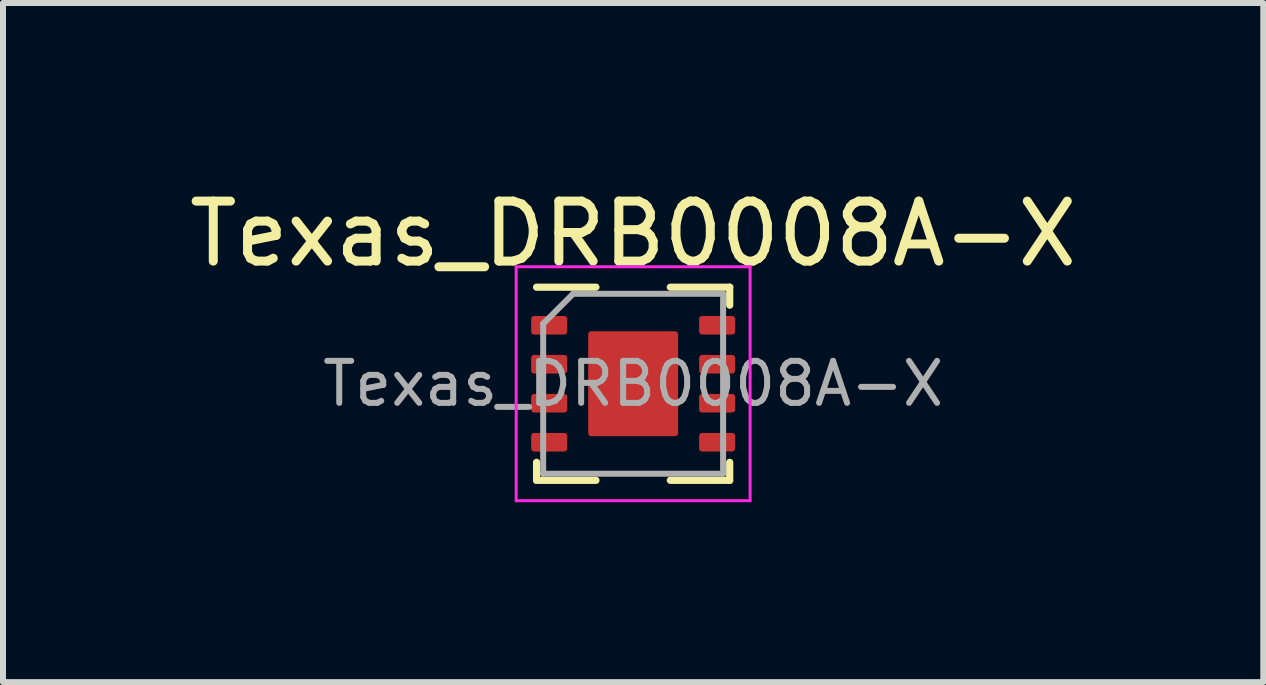
<source format=kicad_pcb>
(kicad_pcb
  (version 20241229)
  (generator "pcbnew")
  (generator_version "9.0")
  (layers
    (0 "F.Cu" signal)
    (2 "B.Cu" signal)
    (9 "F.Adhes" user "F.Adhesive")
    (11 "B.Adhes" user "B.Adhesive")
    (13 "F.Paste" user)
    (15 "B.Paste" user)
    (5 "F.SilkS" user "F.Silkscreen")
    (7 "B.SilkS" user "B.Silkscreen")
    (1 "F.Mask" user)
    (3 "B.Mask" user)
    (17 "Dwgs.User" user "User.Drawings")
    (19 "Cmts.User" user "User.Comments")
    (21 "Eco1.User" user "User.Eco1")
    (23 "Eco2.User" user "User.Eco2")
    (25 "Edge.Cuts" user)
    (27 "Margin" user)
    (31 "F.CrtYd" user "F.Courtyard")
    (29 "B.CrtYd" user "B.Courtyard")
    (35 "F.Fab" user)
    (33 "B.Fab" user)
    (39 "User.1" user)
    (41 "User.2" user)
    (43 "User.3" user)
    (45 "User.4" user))
  (footprint "Texas_DRB0008A-X"
    (layer "F.Cu")
    (at 7.506 3.348)
    (property "Reference" "Texas_DRB0008A-X" (at 0 -2.5 0) (layer "F.SilkS") (effects (font (size 1 1) (thickness 0.15))))
    (attr smd)
    (fp_line (start -1.61 -1.61) (end -0.62 -1.61) (stroke (width 0.12) (type solid)) (layer "F.SilkS"))
    (fp_line (start -1.61 1.61) (end -1.61 1.31) (stroke (width 0.12) (type solid)) (layer "F.SilkS"))
    (fp_line (start -1.61 1.61) (end -0.62 1.61) (stroke (width 0.12) (type solid)) (layer "F.SilkS"))
    (fp_line (start 0.62 -1.61) (end 1.61 -1.61) (stroke (width 0.12) (type solid)) (layer "F.SilkS"))
    (fp_line (start 0.62 1.61) (end 1.61 1.61) (stroke (width 0.12) (type solid)) (layer "F.SilkS"))
    (fp_line (start 1.61 -1.61) (end 1.61 -1.31) (stroke (width 0.12) (type solid)) (layer "F.SilkS"))
    (fp_line (start 1.61 1.61) (end 1.61 1.31) (stroke (width 0.12) (type solid)) (layer "F.SilkS"))
    (fp_line (start -1.95 -1.95) (end -1.95 1.95) (stroke (width 0.05) (type solid)) (layer "F.CrtYd"))
    (fp_line (start -1.95 -1.95) (end 1.95 -1.95) (stroke (width 0.05) (type solid)) (layer "F.CrtYd"))
    (fp_line (start -1.95 1.95) (end 1.95 1.95) (stroke (width 0.05) (type solid)) (layer "F.CrtYd"))
    (fp_line (start 1.95 -1.95) (end 1.95 1.95) (stroke (width 0.05) (type solid)) (layer "F.CrtYd"))
    (fp_line (start -1.5 -1) (end -1.5 1.5) (stroke (width 0.1) (type solid)) (layer "F.Fab"))
    (fp_line (start -1.5 -1) (end -1 -1.5) (stroke (width 0.1) (type solid)) (layer "F.Fab"))
    (fp_line (start -1.5 1.5) (end 1.5 1.5) (stroke (width 0.1) (type solid)) (layer "F.Fab"))
    (fp_line (start -1 -1.5) (end 1.5 -1.5) (stroke (width 0.1) (type solid)) (layer "F.Fab"))
    (fp_line (start 1.5 -1.5) (end 1.5 1.5) (stroke (width 0.1) (type solid)) (layer "F.Fab"))
    (fp_text user "${REFERENCE}" (at 0 0 0) (layer "F.Fab") (effects (font (size 0.7 0.7) (thickness 0.1))))
    (pad "" smd roundrect (at 0 0) (size 1.34 1.55) (layers "F.Paste") (roundrect_rratio 0.038))
    (pad "1" smd roundrect (at -1.4 -0.975) (size 0.6 0.31) (layers "F.Cu" "F.Mask" "F.Paste") (roundrect_rratio 0.16))
    (pad "2" smd roundrect (at -1.4 -0.325) (size 0.6 0.31) (layers "F.Cu" "F.Mask" "F.Paste") (roundrect_rratio 0.16))
    (pad "3" smd roundrect (at -1.4 0.325) (size 0.6 0.31) (layers "F.Cu" "F.Mask" "F.Paste") (roundrect_rratio 0.16))
    (pad "4" smd roundrect (at -1.4 0.975) (size 0.6 0.31) (layers "F.Cu" "F.Mask" "F.Paste") (roundrect_rratio 0.16))
    (pad "5" smd roundrect (at 1.4 0.975) (size 0.6 0.31) (layers "F.Cu" "F.Mask" "F.Paste") (roundrect_rratio 0.16))
    (pad "6" smd roundrect (at 1.4 0.325) (size 0.6 0.31) (layers "F.Cu" "F.Mask" "F.Paste") (roundrect_rratio 0.16))
    (pad "7" smd roundrect (at 1.4 -0.325) (size 0.6 0.31) (layers "F.Cu" "F.Mask" "F.Paste") (roundrect_rratio 0.16))
    (pad "8" smd roundrect (at 1.4 -0.975) (size 0.6 0.31) (layers "F.Cu" "F.Mask" "F.Paste") (roundrect_rratio 0.16))
    (pad "9" smd roundrect (at 0 0) (size 1.5 1.75) (layers "F.Cu" "F.Mask") (roundrect_rratio 0.034)))
  (gr_rect
    (start -3 -3)
    (end 18.012 8.323)
    (stroke (width 0.1) (type default))
    (fill no)
    (layer "Edge.Cuts")))
</source>
